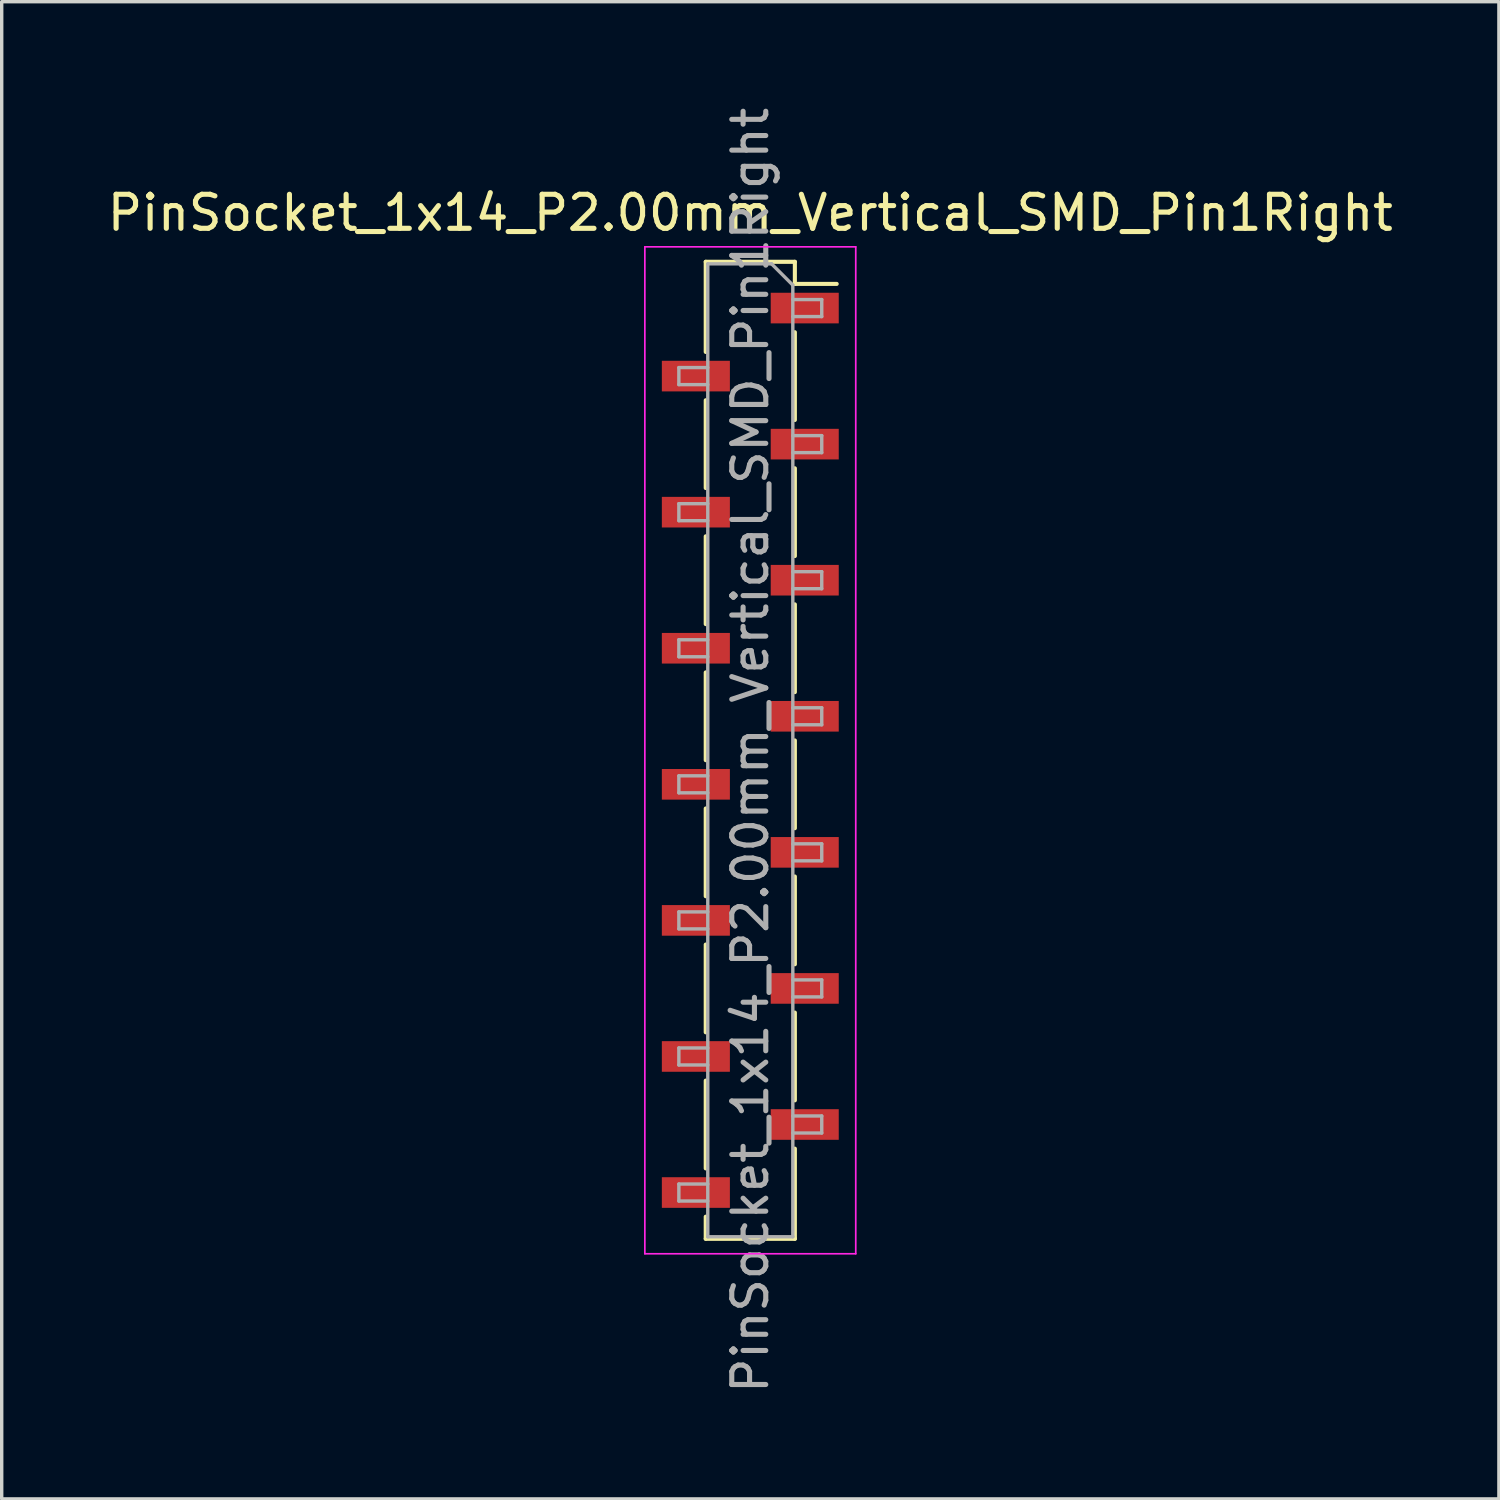
<source format=kicad_pcb>
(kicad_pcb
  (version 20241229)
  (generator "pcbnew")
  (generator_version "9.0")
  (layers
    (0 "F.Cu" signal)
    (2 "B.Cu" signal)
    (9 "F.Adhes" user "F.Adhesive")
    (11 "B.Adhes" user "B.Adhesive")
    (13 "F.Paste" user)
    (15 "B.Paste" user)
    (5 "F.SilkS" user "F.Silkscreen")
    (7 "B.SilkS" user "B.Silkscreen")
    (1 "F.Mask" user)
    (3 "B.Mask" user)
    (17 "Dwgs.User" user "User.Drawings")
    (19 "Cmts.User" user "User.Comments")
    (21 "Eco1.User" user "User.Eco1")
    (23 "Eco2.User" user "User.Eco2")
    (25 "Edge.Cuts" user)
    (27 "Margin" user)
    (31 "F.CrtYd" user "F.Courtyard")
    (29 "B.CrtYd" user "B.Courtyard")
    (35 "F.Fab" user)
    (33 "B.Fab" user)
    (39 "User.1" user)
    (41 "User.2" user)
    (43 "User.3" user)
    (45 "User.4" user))
  (footprint "PinSocket_1x14_P2.00mm_Vertical_SMD_Pin1Right"
    (layer "F.Cu")
    (at 19.006 19.006)
    (property "Reference" "PinSocket_1x14_P2.00mm_Vertical_SMD_Pin1Right" (at 0 -15.8 0) (layer "F.SilkS") (effects (font (size 1 1) (thickness 0.15))))
    (attr smd)
    (fp_line (start -1.31 -14.36) (end -1.31 -11.71) (stroke (width 0.12) (type solid)) (layer "F.SilkS"))
    (fp_line (start -1.31 -14.36) (end 1.31 -14.36) (stroke (width 0.12) (type solid)) (layer "F.SilkS"))
    (fp_line (start -1.31 -10.29) (end -1.31 -7.71) (stroke (width 0.12) (type solid)) (layer "F.SilkS"))
    (fp_line (start -1.31 -6.29) (end -1.31 -3.71) (stroke (width 0.12) (type solid)) (layer "F.SilkS"))
    (fp_line (start -1.31 -2.29) (end -1.31 0.29) (stroke (width 0.12) (type solid)) (layer "F.SilkS"))
    (fp_line (start -1.31 1.71) (end -1.31 4.29) (stroke (width 0.12) (type solid)) (layer "F.SilkS"))
    (fp_line (start -1.31 5.71) (end -1.31 8.29) (stroke (width 0.12) (type solid)) (layer "F.SilkS"))
    (fp_line (start -1.31 9.71) (end -1.31 12.29) (stroke (width 0.12) (type solid)) (layer "F.SilkS"))
    (fp_line (start -1.31 13.71) (end -1.31 14.36) (stroke (width 0.12) (type solid)) (layer "F.SilkS"))
    (fp_line (start -1.31 14.36) (end 1.31 14.36) (stroke (width 0.12) (type solid)) (layer "F.SilkS"))
    (fp_line (start 1.31 -14.36) (end 1.31 -13.71) (stroke (width 0.12) (type solid)) (layer "F.SilkS"))
    (fp_line (start 1.31 -13.71) (end 2.54 -13.71) (stroke (width 0.12) (type solid)) (layer "F.SilkS"))
    (fp_line (start 1.31 -12.29) (end 1.31 -9.71) (stroke (width 0.12) (type solid)) (layer "F.SilkS"))
    (fp_line (start 1.31 -8.29) (end 1.31 -5.71) (stroke (width 0.12) (type solid)) (layer "F.SilkS"))
    (fp_line (start 1.31 -4.29) (end 1.31 -1.71) (stroke (width 0.12) (type solid)) (layer "F.SilkS"))
    (fp_line (start 1.31 -0.29) (end 1.31 2.29) (stroke (width 0.12) (type solid)) (layer "F.SilkS"))
    (fp_line (start 1.31 3.71) (end 1.31 6.29) (stroke (width 0.12) (type solid)) (layer "F.SilkS"))
    (fp_line (start 1.31 7.71) (end 1.31 10.29) (stroke (width 0.12) (type solid)) (layer "F.SilkS"))
    (fp_line (start 1.31 11.71) (end 1.31 14.36) (stroke (width 0.12) (type solid)) (layer "F.SilkS"))
    (fp_line (start -3.1 -14.8) (end 3.1 -14.8) (stroke (width 0.05) (type solid)) (layer "F.CrtYd"))
    (fp_line (start -3.1 14.8) (end -3.1 -14.8) (stroke (width 0.05) (type solid)) (layer "F.CrtYd"))
    (fp_line (start 3.1 -14.8) (end 3.1 14.8) (stroke (width 0.05) (type solid)) (layer "F.CrtYd"))
    (fp_line (start 3.1 14.8) (end -3.1 14.8) (stroke (width 0.05) (type solid)) (layer "F.CrtYd"))
    (fp_line (start -2.1 -11.25) (end -1.25 -11.25) (stroke (width 0.1) (type solid)) (layer "F.Fab"))
    (fp_line (start -2.1 -10.75) (end -2.1 -11.25) (stroke (width 0.1) (type solid)) (layer "F.Fab"))
    (fp_line (start -2.1 -7.25) (end -1.25 -7.25) (stroke (width 0.1) (type solid)) (layer "F.Fab"))
    (fp_line (start -2.1 -6.75) (end -2.1 -7.25) (stroke (width 0.1) (type solid)) (layer "F.Fab"))
    (fp_line (start -2.1 -3.25) (end -1.25 -3.25) (stroke (width 0.1) (type solid)) (layer "F.Fab"))
    (fp_line (start -2.1 -2.75) (end -2.1 -3.25) (stroke (width 0.1) (type solid)) (layer "F.Fab"))
    (fp_line (start -2.1 0.75) (end -1.25 0.75) (stroke (width 0.1) (type solid)) (layer "F.Fab"))
    (fp_line (start -2.1 1.25) (end -2.1 0.75) (stroke (width 0.1) (type solid)) (layer "F.Fab"))
    (fp_line (start -2.1 4.75) (end -1.25 4.75) (stroke (width 0.1) (type solid)) (layer "F.Fab"))
    (fp_line (start -2.1 5.25) (end -2.1 4.75) (stroke (width 0.1) (type solid)) (layer "F.Fab"))
    (fp_line (start -2.1 8.75) (end -1.25 8.75) (stroke (width 0.1) (type solid)) (layer "F.Fab"))
    (fp_line (start -2.1 9.25) (end -2.1 8.75) (stroke (width 0.1) (type solid)) (layer "F.Fab"))
    (fp_line (start -2.1 12.75) (end -1.25 12.75) (stroke (width 0.1) (type solid)) (layer "F.Fab"))
    (fp_line (start -2.1 13.25) (end -2.1 12.75) (stroke (width 0.1) (type solid)) (layer "F.Fab"))
    (fp_line (start -1.25 -14.3) (end 0.625 -14.3) (stroke (width 0.1) (type solid)) (layer "F.Fab"))
    (fp_line (start -1.25 -10.75) (end -2.1 -10.75) (stroke (width 0.1) (type solid)) (layer "F.Fab"))
    (fp_line (start -1.25 -6.75) (end -2.1 -6.75) (stroke (width 0.1) (type solid)) (layer "F.Fab"))
    (fp_line (start -1.25 -2.75) (end -2.1 -2.75) (stroke (width 0.1) (type solid)) (layer "F.Fab"))
    (fp_line (start -1.25 1.25) (end -2.1 1.25) (stroke (width 0.1) (type solid)) (layer "F.Fab"))
    (fp_line (start -1.25 5.25) (end -2.1 5.25) (stroke (width 0.1) (type solid)) (layer "F.Fab"))
    (fp_line (start -1.25 9.25) (end -2.1 9.25) (stroke (width 0.1) (type solid)) (layer "F.Fab"))
    (fp_line (start -1.25 13.25) (end -2.1 13.25) (stroke (width 0.1) (type solid)) (layer "F.Fab"))
    (fp_line (start -1.25 14.3) (end -1.25 -14.3) (stroke (width 0.1) (type solid)) (layer "F.Fab"))
    (fp_line (start 0.625 -14.3) (end 1.25 -13.675) (stroke (width 0.1) (type solid)) (layer "F.Fab"))
    (fp_line (start 1.25 -13.675) (end 1.25 14.3) (stroke (width 0.1) (type solid)) (layer "F.Fab"))
    (fp_line (start 1.25 -13.25) (end 2.1 -13.25) (stroke (width 0.1) (type solid)) (layer "F.Fab"))
    (fp_line (start 1.25 -9.25) (end 2.1 -9.25) (stroke (width 0.1) (type solid)) (layer "F.Fab"))
    (fp_line (start 1.25 -5.25) (end 2.1 -5.25) (stroke (width 0.1) (type solid)) (layer "F.Fab"))
    (fp_line (start 1.25 -1.25) (end 2.1 -1.25) (stroke (width 0.1) (type solid)) (layer "F.Fab"))
    (fp_line (start 1.25 2.75) (end 2.1 2.75) (stroke (width 0.1) (type solid)) (layer "F.Fab"))
    (fp_line (start 1.25 6.75) (end 2.1 6.75) (stroke (width 0.1) (type solid)) (layer "F.Fab"))
    (fp_line (start 1.25 10.75) (end 2.1 10.75) (stroke (width 0.1) (type solid)) (layer "F.Fab"))
    (fp_line (start 1.25 14.3) (end -1.25 14.3) (stroke (width 0.1) (type solid)) (layer "F.Fab"))
    (fp_line (start 2.1 -13.25) (end 2.1 -12.75) (stroke (width 0.1) (type solid)) (layer "F.Fab"))
    (fp_line (start 2.1 -12.75) (end 1.25 -12.75) (stroke (width 0.1) (type solid)) (layer "F.Fab"))
    (fp_line (start 2.1 -9.25) (end 2.1 -8.75) (stroke (width 0.1) (type solid)) (layer "F.Fab"))
    (fp_line (start 2.1 -8.75) (end 1.25 -8.75) (stroke (width 0.1) (type solid)) (layer "F.Fab"))
    (fp_line (start 2.1 -5.25) (end 2.1 -4.75) (stroke (width 0.1) (type solid)) (layer "F.Fab"))
    (fp_line (start 2.1 -4.75) (end 1.25 -4.75) (stroke (width 0.1) (type solid)) (layer "F.Fab"))
    (fp_line (start 2.1 -1.25) (end 2.1 -0.75) (stroke (width 0.1) (type solid)) (layer "F.Fab"))
    (fp_line (start 2.1 -0.75) (end 1.25 -0.75) (stroke (width 0.1) (type solid)) (layer "F.Fab"))
    (fp_line (start 2.1 2.75) (end 2.1 3.25) (stroke (width 0.1) (type solid)) (layer "F.Fab"))
    (fp_line (start 2.1 3.25) (end 1.25 3.25) (stroke (width 0.1) (type solid)) (layer "F.Fab"))
    (fp_line (start 2.1 6.75) (end 2.1 7.25) (stroke (width 0.1) (type solid)) (layer "F.Fab"))
    (fp_line (start 2.1 7.25) (end 1.25 7.25) (stroke (width 0.1) (type solid)) (layer "F.Fab"))
    (fp_line (start 2.1 10.75) (end 2.1 11.25) (stroke (width 0.1) (type solid)) (layer "F.Fab"))
    (fp_line (start 2.1 11.25) (end 1.25 11.25) (stroke (width 0.1) (type solid)) (layer "F.Fab"))
    (fp_text user "${REFERENCE}" (at 0 0 90) (layer "F.Fab") (effects (font (size 1 1) (thickness 0.15))))
    (pad "1" smd rect (at 1.6 -13) (size 2 0.9) (layers "F.Cu" "F.Mask" "F.Paste"))
    (pad "2" smd rect (at -1.6 -11) (size 2 0.9) (layers "F.Cu" "F.Mask" "F.Paste"))
    (pad "3" smd rect (at 1.6 -9) (size 2 0.9) (layers "F.Cu" "F.Mask" "F.Paste"))
    (pad "4" smd rect (at -1.6 -7) (size 2 0.9) (layers "F.Cu" "F.Mask" "F.Paste"))
    (pad "5" smd rect (at 1.6 -5) (size 2 0.9) (layers "F.Cu" "F.Mask" "F.Paste"))
    (pad "6" smd rect (at -1.6 -3) (size 2 0.9) (layers "F.Cu" "F.Mask" "F.Paste"))
    (pad "7" smd rect (at 1.6 -1) (size 2 0.9) (layers "F.Cu" "F.Mask" "F.Paste"))
    (pad "8" smd rect (at -1.6 1) (size 2 0.9) (layers "F.Cu" "F.Mask" "F.Paste"))
    (pad "9" smd rect (at 1.6 3) (size 2 0.9) (layers "F.Cu" "F.Mask" "F.Paste"))
    (pad "10" smd rect (at -1.6 5) (size 2 0.9) (layers "F.Cu" "F.Mask" "F.Paste"))
    (pad "11" smd rect (at 1.6 7) (size 2 0.9) (layers "F.Cu" "F.Mask" "F.Paste"))
    (pad "12" smd rect (at -1.6 9) (size 2 0.9) (layers "F.Cu" "F.Mask" "F.Paste"))
    (pad "13" smd rect (at 1.6 11) (size 2 0.9) (layers "F.Cu" "F.Mask" "F.Paste"))
    (pad "14" smd rect (at -1.6 13) (size 2 0.9) (layers "F.Cu" "F.Mask" "F.Paste")))
  (gr_rect
    (start -3 -3)
    (end 41.012 41.012)
    (stroke (width 0.1) (type default))
    (fill no)
    (layer "Edge.Cuts")))
</source>
